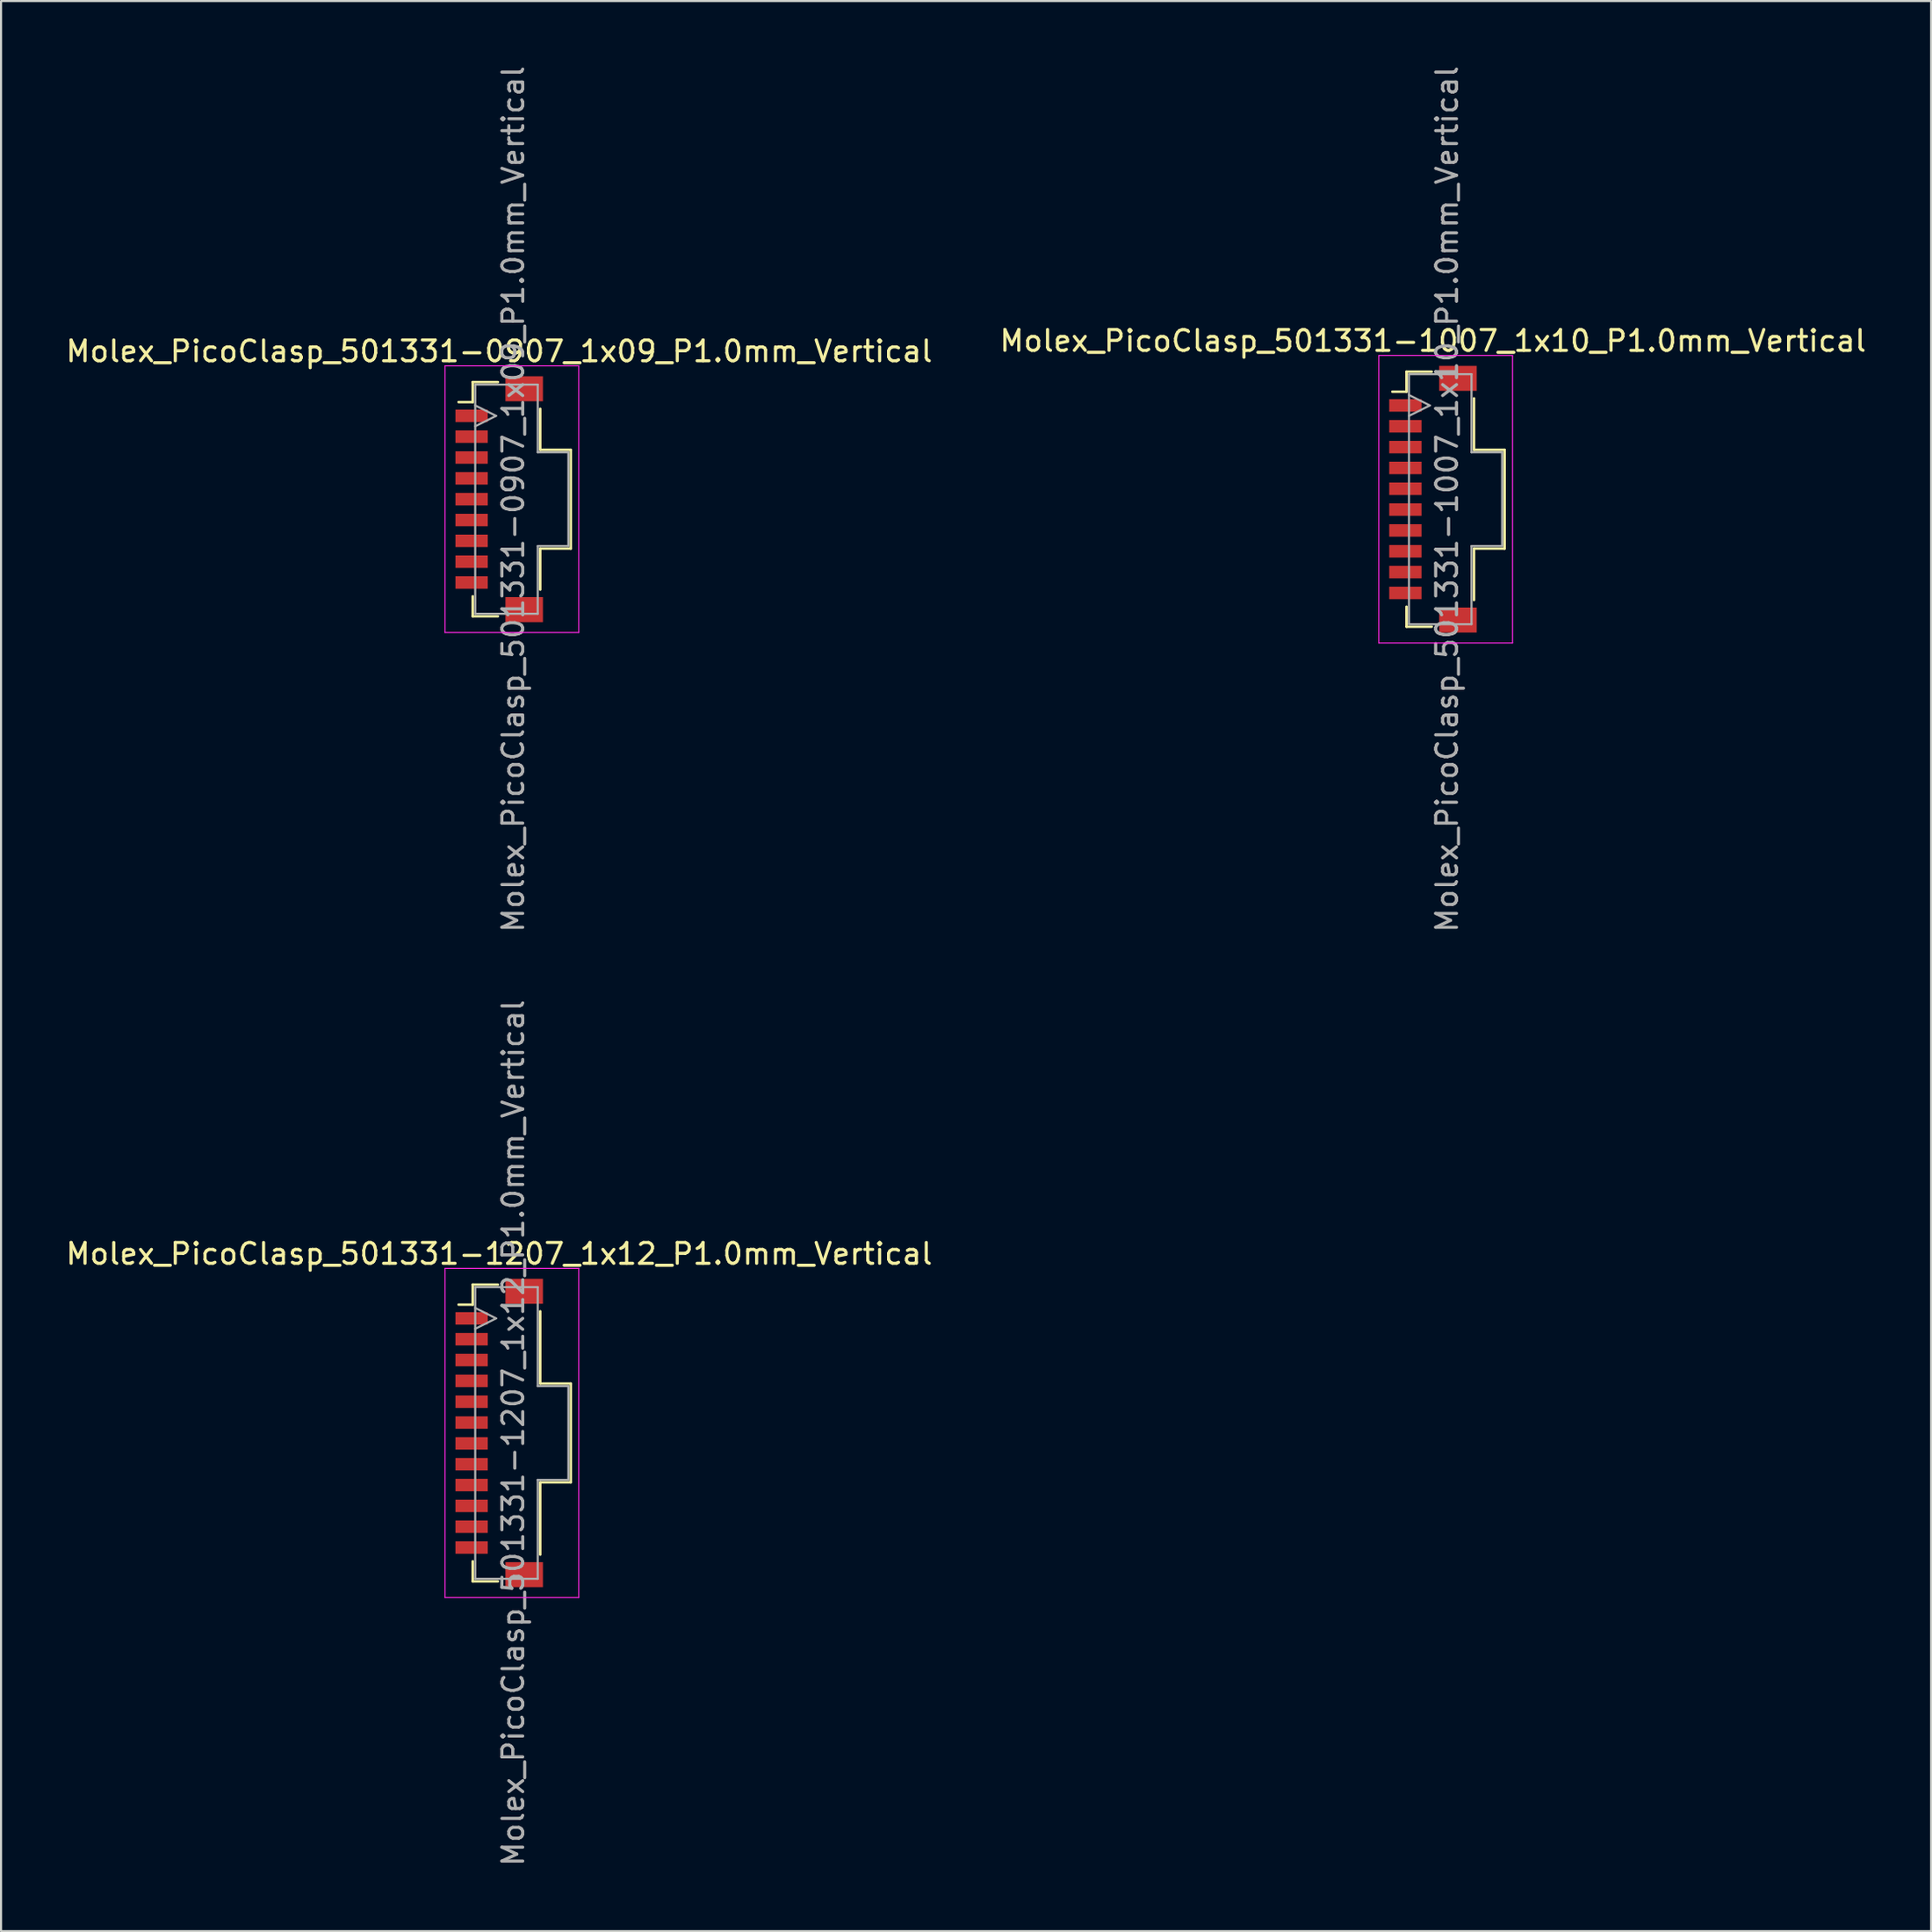
<source format=kicad_pcb>
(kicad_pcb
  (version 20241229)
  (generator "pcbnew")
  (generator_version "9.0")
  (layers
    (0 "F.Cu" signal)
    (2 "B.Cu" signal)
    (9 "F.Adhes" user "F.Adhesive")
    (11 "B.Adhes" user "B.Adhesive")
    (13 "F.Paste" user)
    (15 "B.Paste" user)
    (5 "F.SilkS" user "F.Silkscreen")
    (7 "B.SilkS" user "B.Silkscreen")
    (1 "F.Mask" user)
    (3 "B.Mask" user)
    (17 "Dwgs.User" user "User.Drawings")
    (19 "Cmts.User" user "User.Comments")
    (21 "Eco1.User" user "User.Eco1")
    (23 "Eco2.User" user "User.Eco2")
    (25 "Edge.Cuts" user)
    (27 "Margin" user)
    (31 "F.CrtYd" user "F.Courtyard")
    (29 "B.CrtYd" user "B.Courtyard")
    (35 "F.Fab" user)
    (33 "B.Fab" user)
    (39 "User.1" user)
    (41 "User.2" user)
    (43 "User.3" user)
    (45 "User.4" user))
  (footprint "Molex_PicoClasp_501331-1207_1x12_P1.0mm_Vertical"
    (layer "F.Cu")
    (at 20.911 65.732)
    (property "Reference" "Molex_PicoClasp_501331-1207_1x12_P1.0mm_Vertical" (at 0 -8.6 0) (layer "F.SilkS") (effects (font (size 1 1) (thickness 0.15))))
    (attr smd)
    (fp_line (start -1.95 -6.16) (end -1.27 -6.16) (stroke (width 0.12) (type solid)) (layer "F.SilkS"))
    (fp_line (start -1.27 -7.12) (end -0.06 -7.12) (stroke (width 0.12) (type solid)) (layer "F.SilkS"))
    (fp_line (start -1.27 -6.16) (end -1.27 -7.12) (stroke (width 0.12) (type solid)) (layer "F.SilkS"))
    (fp_line (start -1.27 6.16) (end -1.27 7.12) (stroke (width 0.12) (type solid)) (layer "F.SilkS"))
    (fp_line (start -1.27 7.12) (end -0.06 7.12) (stroke (width 0.12) (type solid)) (layer "F.SilkS"))
    (fp_line (start 1.97 -5.84) (end 1.97 -2.37) (stroke (width 0.12) (type solid)) (layer "F.SilkS"))
    (fp_line (start 1.97 -2.37) (end 3.44 -2.37) (stroke (width 0.12) (type solid)) (layer "F.SilkS"))
    (fp_line (start 1.97 2.37) (end 1.97 5.84) (stroke (width 0.12) (type solid)) (layer "F.SilkS"))
    (fp_line (start 3.44 -2.37) (end 3.44 2.37) (stroke (width 0.12) (type solid)) (layer "F.SilkS"))
    (fp_line (start 3.44 2.37) (end 1.97 2.37) (stroke (width 0.12) (type solid)) (layer "F.SilkS"))
    (fp_line (start -2.6 -7.9) (end -2.6 7.9) (stroke (width 0.05) (type solid)) (layer "F.CrtYd"))
    (fp_line (start -2.6 7.9) (end 3.82 7.9) (stroke (width 0.05) (type solid)) (layer "F.CrtYd"))
    (fp_line (start 3.82 -7.9) (end -2.6 -7.9) (stroke (width 0.05) (type solid)) (layer "F.CrtYd"))
    (fp_line (start 3.82 7.9) (end 3.82 -7.9) (stroke (width 0.05) (type solid)) (layer "F.CrtYd"))
    (fp_line (start -1.15 -7) (end 1.85 -7) (stroke (width 0.1) (type solid)) (layer "F.Fab"))
    (fp_line (start -1.15 -5) (end -0.15 -5.5) (stroke (width 0.1) (type solid)) (layer "F.Fab"))
    (fp_line (start -1.15 7) (end -1.15 -7) (stroke (width 0.1) (type solid)) (layer "F.Fab"))
    (fp_line (start -0.15 -5.5) (end -1.15 -6) (stroke (width 0.1) (type solid)) (layer "F.Fab"))
    (fp_line (start 1.85 -7) (end 1.85 -2.25) (stroke (width 0.1) (type solid)) (layer "F.Fab"))
    (fp_line (start 1.85 -2.25) (end 3.32 -2.25) (stroke (width 0.1) (type solid)) (layer "F.Fab"))
    (fp_line (start 1.85 2.25) (end 1.85 7) (stroke (width 0.1) (type solid)) (layer "F.Fab"))
    (fp_line (start 1.85 7) (end -1.15 7) (stroke (width 0.1) (type solid)) (layer "F.Fab"))
    (fp_line (start 3.32 -2.25) (end 3.32 2.25) (stroke (width 0.1) (type solid)) (layer "F.Fab"))
    (fp_line (start 3.32 2.25) (end 1.85 2.25) (stroke (width 0.1) (type solid)) (layer "F.Fab"))
    (fp_text user "${REFERENCE}" (at 0.675 0 90) (layer "F.Fab") (effects (font (size 1 1) (thickness 0.15))))
    (pad "" smd rect (at 1.2 -6.8) (size 1.8 1.2) (layers "F.Cu" "F.Mask" "F.Paste"))
    (pad "" smd rect (at 1.2 6.8) (size 1.8 1.2) (layers "F.Cu" "F.Mask" "F.Paste"))
    (pad "1" smd rect (at -1.325 -5.5) (size 1.55 0.6) (layers "F.Cu" "F.Mask" "F.Paste"))
    (pad "2" smd rect (at -1.325 -4.5) (size 1.55 0.6) (layers "F.Cu" "F.Mask" "F.Paste"))
    (pad "3" smd rect (at -1.325 -3.5) (size 1.55 0.6) (layers "F.Cu" "F.Mask" "F.Paste"))
    (pad "4" smd rect (at -1.325 -2.5) (size 1.55 0.6) (layers "F.Cu" "F.Mask" "F.Paste"))
    (pad "5" smd rect (at -1.325 -1.5) (size 1.55 0.6) (layers "F.Cu" "F.Mask" "F.Paste"))
    (pad "6" smd rect (at -1.325 -0.5) (size 1.55 0.6) (layers "F.Cu" "F.Mask" "F.Paste"))
    (pad "7" smd rect (at -1.325 0.5) (size 1.55 0.6) (layers "F.Cu" "F.Mask" "F.Paste"))
    (pad "8" smd rect (at -1.325 1.5) (size 1.55 0.6) (layers "F.Cu" "F.Mask" "F.Paste"))
    (pad "9" smd rect (at -1.325 2.5) (size 1.55 0.6) (layers "F.Cu" "F.Mask" "F.Paste"))
    (pad "10" smd rect (at -1.325 3.5) (size 1.55 0.6) (layers "F.Cu" "F.Mask" "F.Paste"))
    (pad "11" smd rect (at -1.325 4.5) (size 1.55 0.6) (layers "F.Cu" "F.Mask" "F.Paste"))
    (pad "12" smd rect (at -1.325 5.5) (size 1.55 0.6) (layers "F.Cu" "F.Mask" "F.Paste")))
  (footprint "Molex_PicoClasp_501331-1007_1x10_P1.0mm_Vertical"
    (layer "F.Cu")
    (at 65.732 20.911)
    (property "Reference" "Molex_PicoClasp_501331-1007_1x10_P1.0mm_Vertical" (at 0 -7.6 0) (layer "F.SilkS") (effects (font (size 1 1) (thickness 0.15))))
    (attr smd)
    (fp_line (start -1.95 -5.16) (end -1.27 -5.16) (stroke (width 0.12) (type solid)) (layer "F.SilkS"))
    (fp_line (start -1.27 -6.12) (end -0.06 -6.12) (stroke (width 0.12) (type solid)) (layer "F.SilkS"))
    (fp_line (start -1.27 -5.16) (end -1.27 -6.12) (stroke (width 0.12) (type solid)) (layer "F.SilkS"))
    (fp_line (start -1.27 5.16) (end -1.27 6.12) (stroke (width 0.12) (type solid)) (layer "F.SilkS"))
    (fp_line (start -1.27 6.12) (end -0.06 6.12) (stroke (width 0.12) (type solid)) (layer "F.SilkS"))
    (fp_line (start 1.97 -4.84) (end 1.97 -2.37) (stroke (width 0.12) (type solid)) (layer "F.SilkS"))
    (fp_line (start 1.97 -2.37) (end 3.44 -2.37) (stroke (width 0.12) (type solid)) (layer "F.SilkS"))
    (fp_line (start 1.97 2.37) (end 1.97 4.84) (stroke (width 0.12) (type solid)) (layer "F.SilkS"))
    (fp_line (start 3.44 -2.37) (end 3.44 2.37) (stroke (width 0.12) (type solid)) (layer "F.SilkS"))
    (fp_line (start 3.44 2.37) (end 1.97 2.37) (stroke (width 0.12) (type solid)) (layer "F.SilkS"))
    (fp_line (start -2.6 -6.9) (end -2.6 6.9) (stroke (width 0.05) (type solid)) (layer "F.CrtYd"))
    (fp_line (start -2.6 6.9) (end 3.82 6.9) (stroke (width 0.05) (type solid)) (layer "F.CrtYd"))
    (fp_line (start 3.82 -6.9) (end -2.6 -6.9) (stroke (width 0.05) (type solid)) (layer "F.CrtYd"))
    (fp_line (start 3.82 6.9) (end 3.82 -6.9) (stroke (width 0.05) (type solid)) (layer "F.CrtYd"))
    (fp_line (start -1.15 -6) (end 1.85 -6) (stroke (width 0.1) (type solid)) (layer "F.Fab"))
    (fp_line (start -1.15 -4) (end -0.15 -4.5) (stroke (width 0.1) (type solid)) (layer "F.Fab"))
    (fp_line (start -1.15 6) (end -1.15 -6) (stroke (width 0.1) (type solid)) (layer "F.Fab"))
    (fp_line (start -0.15 -4.5) (end -1.15 -5) (stroke (width 0.1) (type solid)) (layer "F.Fab"))
    (fp_line (start 1.85 -6) (end 1.85 -2.25) (stroke (width 0.1) (type solid)) (layer "F.Fab"))
    (fp_line (start 1.85 -2.25) (end 3.32 -2.25) (stroke (width 0.1) (type solid)) (layer "F.Fab"))
    (fp_line (start 1.85 2.25) (end 1.85 6) (stroke (width 0.1) (type solid)) (layer "F.Fab"))
    (fp_line (start 1.85 6) (end -1.15 6) (stroke (width 0.1) (type solid)) (layer "F.Fab"))
    (fp_line (start 3.32 -2.25) (end 3.32 2.25) (stroke (width 0.1) (type solid)) (layer "F.Fab"))
    (fp_line (start 3.32 2.25) (end 1.85 2.25) (stroke (width 0.1) (type solid)) (layer "F.Fab"))
    (fp_text user "${REFERENCE}" (at 0.675 0 90) (layer "F.Fab") (effects (font (size 1 1) (thickness 0.15))))
    (pad "" smd rect (at 1.2 -5.8) (size 1.8 1.2) (layers "F.Cu" "F.Mask" "F.Paste"))
    (pad "" smd rect (at 1.2 5.8) (size 1.8 1.2) (layers "F.Cu" "F.Mask" "F.Paste"))
    (pad "1" smd rect (at -1.325 -4.5) (size 1.55 0.6) (layers "F.Cu" "F.Mask" "F.Paste"))
    (pad "2" smd rect (at -1.325 -3.5) (size 1.55 0.6) (layers "F.Cu" "F.Mask" "F.Paste"))
    (pad "3" smd rect (at -1.325 -2.5) (size 1.55 0.6) (layers "F.Cu" "F.Mask" "F.Paste"))
    (pad "4" smd rect (at -1.325 -1.5) (size 1.55 0.6) (layers "F.Cu" "F.Mask" "F.Paste"))
    (pad "5" smd rect (at -1.325 -0.5) (size 1.55 0.6) (layers "F.Cu" "F.Mask" "F.Paste"))
    (pad "6" smd rect (at -1.325 0.5) (size 1.55 0.6) (layers "F.Cu" "F.Mask" "F.Paste"))
    (pad "7" smd rect (at -1.325 1.5) (size 1.55 0.6) (layers "F.Cu" "F.Mask" "F.Paste"))
    (pad "8" smd rect (at -1.325 2.5) (size 1.55 0.6) (layers "F.Cu" "F.Mask" "F.Paste"))
    (pad "9" smd rect (at -1.325 3.5) (size 1.55 0.6) (layers "F.Cu" "F.Mask" "F.Paste"))
    (pad "10" smd rect (at -1.325 4.5) (size 1.55 0.6) (layers "F.Cu" "F.Mask" "F.Paste")))
  (footprint "Molex_PicoClasp_501331-0907_1x09_P1.0mm_Vertical"
    (layer "F.Cu")
    (at 20.911 20.911)
    (property "Reference" "Molex_PicoClasp_501331-0907_1x09_P1.0mm_Vertical" (at 0 -7.1 0) (layer "F.SilkS") (effects (font (size 1 1) (thickness 0.15))))
    (attr smd)
    (fp_line (start -1.95 -4.66) (end -1.27 -4.66) (stroke (width 0.12) (type solid)) (layer "F.SilkS"))
    (fp_line (start -1.27 -5.62) (end -0.06 -5.62) (stroke (width 0.12) (type solid)) (layer "F.SilkS"))
    (fp_line (start -1.27 -4.66) (end -1.27 -5.62) (stroke (width 0.12) (type solid)) (layer "F.SilkS"))
    (fp_line (start -1.27 4.66) (end -1.27 5.62) (stroke (width 0.12) (type solid)) (layer "F.SilkS"))
    (fp_line (start -1.27 5.62) (end -0.06 5.62) (stroke (width 0.12) (type solid)) (layer "F.SilkS"))
    (fp_line (start 1.97 -4.34) (end 1.97 -2.37) (stroke (width 0.12) (type solid)) (layer "F.SilkS"))
    (fp_line (start 1.97 -2.37) (end 3.44 -2.37) (stroke (width 0.12) (type solid)) (layer "F.SilkS"))
    (fp_line (start 1.97 2.37) (end 1.97 4.34) (stroke (width 0.12) (type solid)) (layer "F.SilkS"))
    (fp_line (start 3.44 -2.37) (end 3.44 2.37) (stroke (width 0.12) (type solid)) (layer "F.SilkS"))
    (fp_line (start 3.44 2.37) (end 1.97 2.37) (stroke (width 0.12) (type solid)) (layer "F.SilkS"))
    (fp_line (start -2.6 -6.4) (end -2.6 6.4) (stroke (width 0.05) (type solid)) (layer "F.CrtYd"))
    (fp_line (start -2.6 6.4) (end 3.82 6.4) (stroke (width 0.05) (type solid)) (layer "F.CrtYd"))
    (fp_line (start 3.82 -6.4) (end -2.6 -6.4) (stroke (width 0.05) (type solid)) (layer "F.CrtYd"))
    (fp_line (start 3.82 6.4) (end 3.82 -6.4) (stroke (width 0.05) (type solid)) (layer "F.CrtYd"))
    (fp_line (start -1.15 -5.5) (end 1.85 -5.5) (stroke (width 0.1) (type solid)) (layer "F.Fab"))
    (fp_line (start -1.15 -3.5) (end -0.15 -4) (stroke (width 0.1) (type solid)) (layer "F.Fab"))
    (fp_line (start -1.15 5.5) (end -1.15 -5.5) (stroke (width 0.1) (type solid)) (layer "F.Fab"))
    (fp_line (start -0.15 -4) (end -1.15 -4.5) (stroke (width 0.1) (type solid)) (layer "F.Fab"))
    (fp_line (start 1.85 -5.5) (end 1.85 -2.25) (stroke (width 0.1) (type solid)) (layer "F.Fab"))
    (fp_line (start 1.85 -2.25) (end 3.32 -2.25) (stroke (width 0.1) (type solid)) (layer "F.Fab"))
    (fp_line (start 1.85 2.25) (end 1.85 5.5) (stroke (width 0.1) (type solid)) (layer "F.Fab"))
    (fp_line (start 1.85 5.5) (end -1.15 5.5) (stroke (width 0.1) (type solid)) (layer "F.Fab"))
    (fp_line (start 3.32 -2.25) (end 3.32 2.25) (stroke (width 0.1) (type solid)) (layer "F.Fab"))
    (fp_line (start 3.32 2.25) (end 1.85 2.25) (stroke (width 0.1) (type solid)) (layer "F.Fab"))
    (fp_text user "${REFERENCE}" (at 0.675 0 90) (layer "F.Fab") (effects (font (size 1 1) (thickness 0.15))))
    (pad "" smd rect (at 1.2 -5.3) (size 1.8 1.2) (layers "F.Cu" "F.Mask" "F.Paste"))
    (pad "" smd rect (at 1.2 5.3) (size 1.8 1.2) (layers "F.Cu" "F.Mask" "F.Paste"))
    (pad "1" smd rect (at -1.325 -4) (size 1.55 0.6) (layers "F.Cu" "F.Mask" "F.Paste"))
    (pad "2" smd rect (at -1.325 -3) (size 1.55 0.6) (layers "F.Cu" "F.Mask" "F.Paste"))
    (pad "3" smd rect (at -1.325 -2) (size 1.55 0.6) (layers "F.Cu" "F.Mask" "F.Paste"))
    (pad "4" smd rect (at -1.325 -1) (size 1.55 0.6) (layers "F.Cu" "F.Mask" "F.Paste"))
    (pad "5" smd rect (at -1.325 0) (size 1.55 0.6) (layers "F.Cu" "F.Mask" "F.Paste"))
    (pad "6" smd rect (at -1.325 1) (size 1.55 0.6) (layers "F.Cu" "F.Mask" "F.Paste"))
    (pad "7" smd rect (at -1.325 2) (size 1.55 0.6) (layers "F.Cu" "F.Mask" "F.Paste"))
    (pad "8" smd rect (at -1.325 3) (size 1.55 0.6) (layers "F.Cu" "F.Mask" "F.Paste"))
    (pad "9" smd rect (at -1.325 4) (size 1.55 0.6) (layers "F.Cu" "F.Mask" "F.Paste")))
  (gr_rect
    (start -3 -3)
    (end 89.643 89.643)
    (stroke (width 0.1) (type default))
    (fill no)
    (layer "Edge.Cuts")))
</source>
